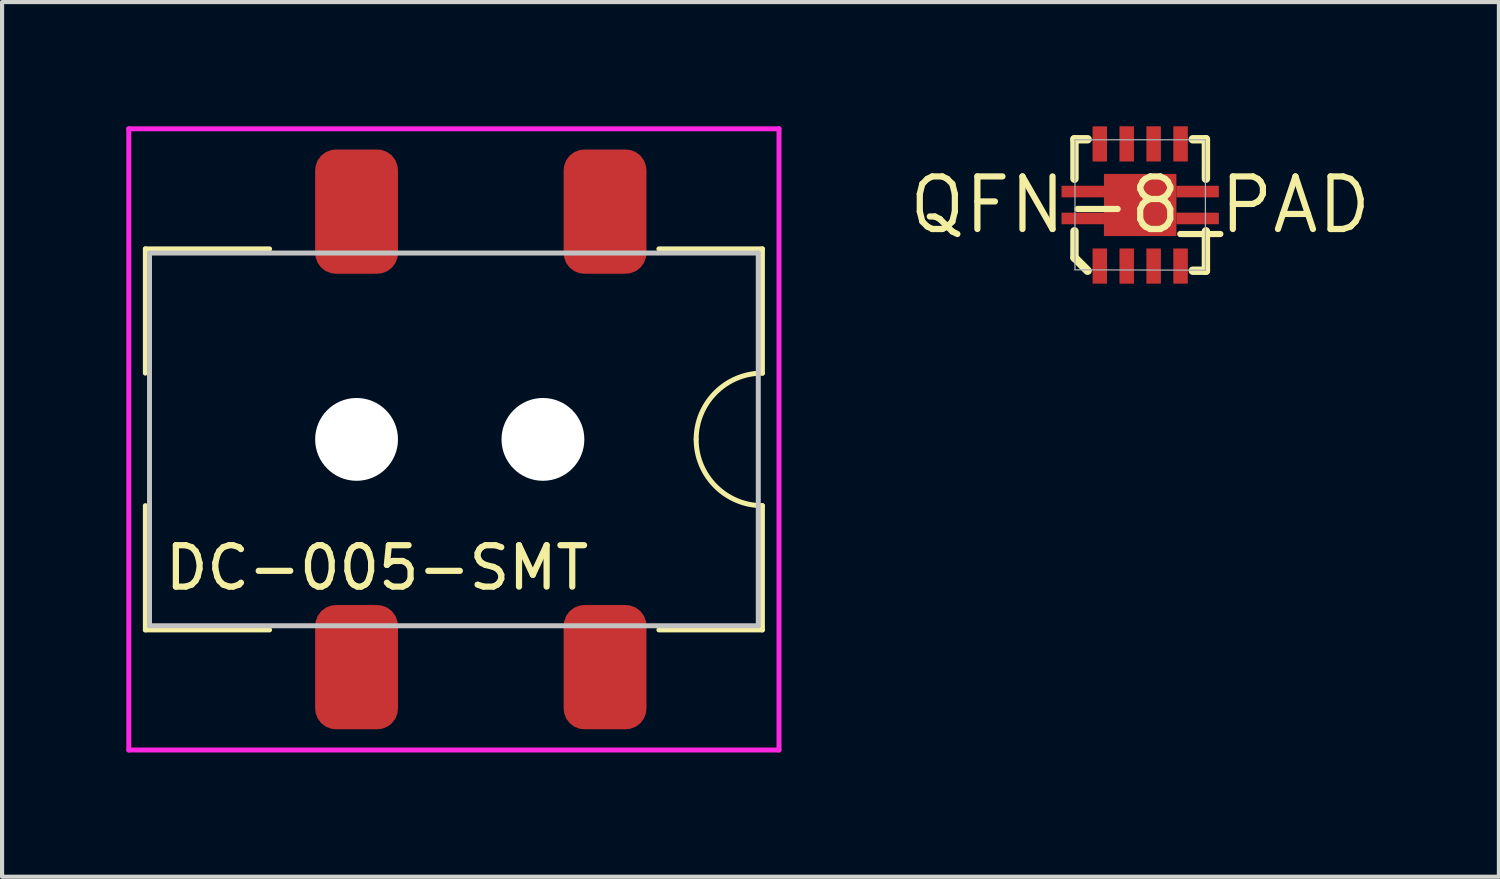
<source format=kicad_pcb>
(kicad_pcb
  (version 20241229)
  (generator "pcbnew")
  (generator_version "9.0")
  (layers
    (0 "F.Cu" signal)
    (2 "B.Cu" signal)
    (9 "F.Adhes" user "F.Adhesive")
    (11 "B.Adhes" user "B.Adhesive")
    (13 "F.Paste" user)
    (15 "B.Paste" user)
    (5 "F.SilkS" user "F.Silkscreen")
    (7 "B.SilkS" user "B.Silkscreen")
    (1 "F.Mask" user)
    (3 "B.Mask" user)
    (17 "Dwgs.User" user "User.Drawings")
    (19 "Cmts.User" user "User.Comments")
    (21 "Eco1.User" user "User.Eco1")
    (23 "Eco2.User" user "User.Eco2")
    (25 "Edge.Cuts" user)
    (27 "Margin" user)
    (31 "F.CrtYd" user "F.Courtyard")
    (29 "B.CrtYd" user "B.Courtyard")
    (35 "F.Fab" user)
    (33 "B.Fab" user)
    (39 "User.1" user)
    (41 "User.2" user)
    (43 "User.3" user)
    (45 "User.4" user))
  (footprint "DC-005-SMT"
    (layer "F.Cu")
    (at 0.56 7.56)
    (property "Reference" "DC-005-SMT" (at 0.3 3.1 0) (layer "F.SilkS") (effects (font (size 1 1) (thickness 0.15)) (justify left)))
    (attr smd)
    (fp_line (start -0.1 -4.6) (end -0.1 -1.6) (stroke (width 0.12) (type solid)) (layer "F.SilkS"))
    (fp_line (start -0.1 -4.6) (end 2.9 -4.6) (stroke (width 0.12) (type solid)) (layer "F.SilkS"))
    (fp_line (start -0.1 4.6) (end -0.1 1.6) (stroke (width 0.12) (type solid)) (layer "F.SilkS"))
    (fp_line (start -0.1 4.6) (end 2.9 4.6) (stroke (width 0.12) (type solid)) (layer "F.SilkS"))
    (fp_line (start 14.8 -4.6) (end 12.3 -4.6) (stroke (width 0.12) (type solid)) (layer "F.SilkS"))
    (fp_line (start 14.8 -4.6) (end 14.8 -1.6) (stroke (width 0.12) (type solid)) (layer "F.SilkS"))
    (fp_line (start 14.8 4.6) (end 12.3 4.6) (stroke (width 0.12) (type solid)) (layer "F.SilkS"))
    (fp_line (start 14.8 4.6) (end 14.8 1.6) (stroke (width 0.12) (type solid)) (layer "F.SilkS"))
    (fp_arc (start 13.2 0) (mid 13.668629 -1.131371) (end 14.8 -1.6) (stroke (width 0.12) (type solid)) (layer "F.SilkS"))
    (fp_arc (start 14.8 1.6) (mid 13.668629 1.131371) (end 13.2 0) (stroke (width 0.12) (type solid)) (layer "F.SilkS"))
    (fp_line (start 0 -4.5) (end 0 4.5) (stroke (width 0.12) (type solid)) (layer "Dwgs.User"))
    (fp_line (start 0 -4.5) (end 14.7 -4.5) (stroke (width 0.12) (type solid)) (layer "Dwgs.User"))
    (fp_line (start 0 4.5) (end 14.7 4.5) (stroke (width 0.12) (type solid)) (layer "Dwgs.User"))
    (fp_line (start 14.7 4.5) (end 14.7 -4.5) (stroke (width 0.12) (type solid)) (layer "Dwgs.User"))
    (fp_line (start -0.5 -7.5) (end 15.2 -7.5) (stroke (width 0.12) (type solid)) (layer "F.CrtYd"))
    (fp_line (start -0.5 7.5) (end -0.5 -7.5) (stroke (width 0.12) (type solid)) (layer "F.CrtYd"))
    (fp_line (start 15.2 -7.5) (end 15.2 7.5) (stroke (width 0.12) (type solid)) (layer "F.CrtYd"))
    (fp_line (start 15.2 7.5) (end -0.5 7.5) (stroke (width 0.12) (type solid)) (layer "F.CrtYd"))
    (pad "" np_thru_hole circle (at 5 0) (size 2 2) (drill 2) (layers "*.Cu" "*.Mask"))
    (pad "" np_thru_hole circle (at 9.5 0) (size 2 2) (drill 2) (layers "*.Cu" "*.Mask"))
    (pad "1" smd roundrect (at 5 -5.5) (size 2 3) (layers "F.Cu" "F.Mask" "F.Paste") (roundrect_rratio 0.25))
    (pad "1" smd roundrect (at 11 -5.5) (size 2 3) (layers "F.Cu" "F.Mask" "F.Paste") (roundrect_rratio 0.25))
    (pad "2" smd roundrect (at 5 5.5) (size 2 3) (layers "F.Cu" "F.Mask" "F.Paste") (roundrect_rratio 0.25))
    (pad "3" smd roundrect (at 11 5.5) (size 2 3) (layers "F.Cu" "F.Mask" "F.Paste") (roundrect_rratio 0.25)))
  (footprint "QFN-8_PAD"
    (layer "F.Cu")
    (at 24.482 1.9)
    (property "Reference" "QFN-8_PAD" (at 0 0 0) (layer "F.SilkS") (effects (font (size 1.27 1.27) (thickness 0.15))))
    (attr through_hole)
    (fp_line (start -1.587 -1.587) (end -1.587 -0.635) (stroke (width 0.203) (type solid)) (layer "F.SilkS"))
    (fp_line (start -1.587 1.27) (end -1.587 0.635) (stroke (width 0.203) (type solid)) (layer "F.SilkS"))
    (fp_line (start -1.27 -1.587) (end -1.587 -1.587) (stroke (width 0.203) (type solid)) (layer "F.SilkS"))
    (fp_line (start -1.27 1.587) (end -1.587 1.27) (stroke (width 0.203) (type solid)) (layer "F.SilkS"))
    (fp_line (start 1.27 -1.587) (end 1.587 -1.587) (stroke (width 0.203) (type solid)) (layer "F.SilkS"))
    (fp_line (start 1.587 -1.587) (end 1.587 -0.635) (stroke (width 0.203) (type solid)) (layer "F.SilkS"))
    (fp_line (start 1.587 0.635) (end 1.587 1.587) (stroke (width 0.203) (type solid)) (layer "F.SilkS"))
    (fp_line (start 1.587 1.587) (end 1.27 1.587) (stroke (width 0.203) (type solid)) (layer "F.SilkS"))
    (fp_poly (pts (xy 0.875 -0.75) (xy -0.875 -0.75) (xy -0.875 0.75) (xy 0.875 0.75)) (stroke (width 0) (type solid)) (fill yes) (layer "F.Paste"))
    (fp_line (start -1.575 -1.575) (end 1.575 -1.575) (stroke (width 0.03) (type solid)) (layer "F.Fab"))
    (fp_line (start -1.575 1.565) (end -1.575 -1.575) (stroke (width 0.03) (type solid)) (layer "F.Fab"))
    (fp_line (start 1.575 -1.575) (end 1.575 1.575) (stroke (width 0.03) (type solid)) (layer "F.Fab"))
    (fp_line (start 1.575 1.575) (end -1.575 1.565) (stroke (width 0.03) (type solid)) (layer "F.Fab"))
    (pad "1" smd rect (at -0.975 1.475 90) (size 0.85 0.35) (layers "F.Cu" "F.Mask" "F.Paste"))
    (pad "2" smd rect (at -0.325 1.475 90) (size 0.85 0.35) (layers "F.Cu" "F.Mask" "F.Paste"))
    (pad "3" smd rect (at 0.325 1.475 90) (size 0.85 0.35) (layers "F.Cu" "F.Mask" "F.Paste"))
    (pad "4" smd rect (at 0.975 1.475 90) (size 0.85 0.35) (layers "F.Cu" "F.Mask" "F.Paste"))
    (pad "5" smd rect (at 0.975 -1.475 90) (size 0.85 0.35) (layers "F.Cu" "F.Mask" "F.Paste"))
    (pad "6" smd rect (at 0.325 -1.475 90) (size 0.85 0.35) (layers "F.Cu" "F.Mask" "F.Paste"))
    (pad "7" smd rect (at -0.325 -1.475 90) (size 0.85 0.35) (layers "F.Cu" "F.Mask" "F.Paste"))
    (pad "8" smd roundrect (at -0.975 -1.475 270) (size 0.85 0.35) (layers "F.Cu" "F.Mask" "F.Paste") (roundrect_rratio 0.05))
    (pad "9" smd rect (at 0 0 90) (size 1.5 1.75) (layers "F.Cu" "F.Mask"))
    (pad "10" smd rect (at -1.387 0.325 180) (size 1.025 0.28) (layers "F.Cu" "F.Mask"))
    (pad "11" smd rect (at 1.387 0.325 180) (size 1.025 0.28) (layers "F.Cu" "F.Mask"))
    (pad "12" smd rect (at 1.387 -0.325 180) (size 1.025 0.28) (layers "F.Cu" "F.Mask"))
    (pad "13" smd rect (at -1.387 -0.325 180) (size 1.025 0.28) (layers "F.Cu" "F.Mask")))
  (gr_rect
    (start -3 -3)
    (end 33.144 18.12)
    (stroke (width 0.1) (type default))
    (fill no)
    (layer "Edge.Cuts")))
</source>
